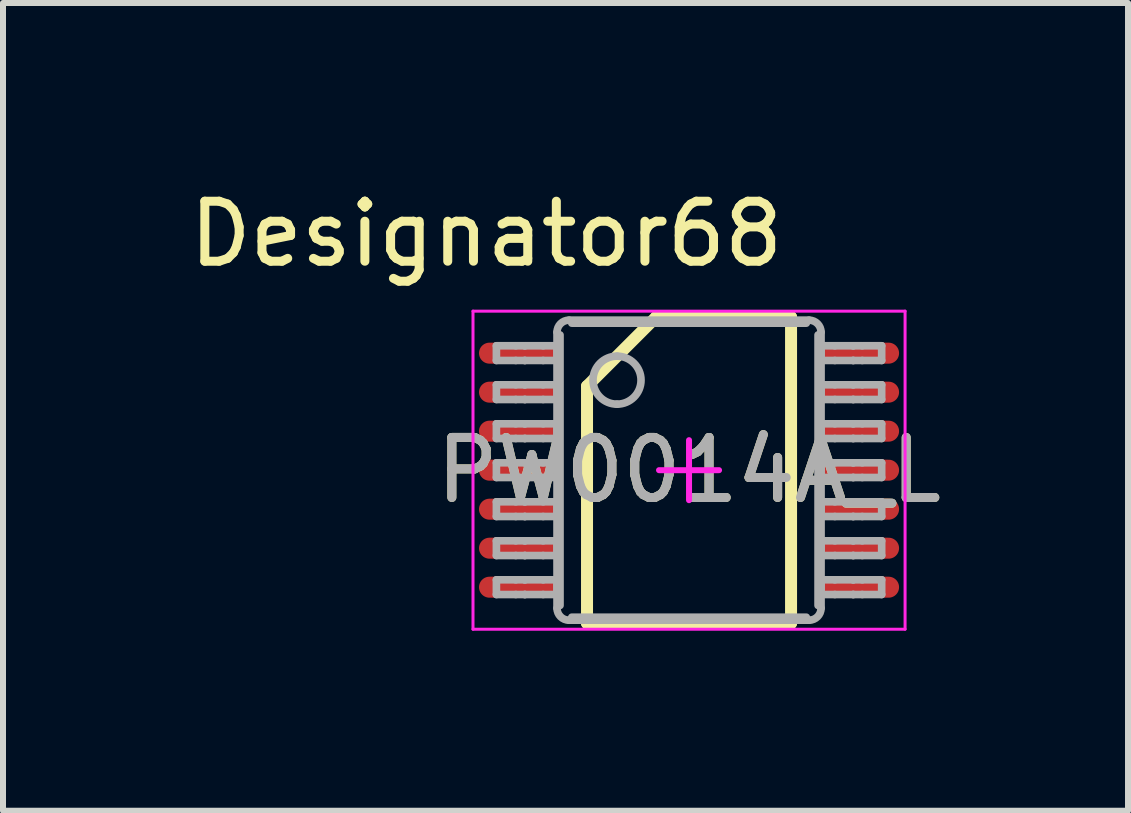
<source format=kicad_pcb>
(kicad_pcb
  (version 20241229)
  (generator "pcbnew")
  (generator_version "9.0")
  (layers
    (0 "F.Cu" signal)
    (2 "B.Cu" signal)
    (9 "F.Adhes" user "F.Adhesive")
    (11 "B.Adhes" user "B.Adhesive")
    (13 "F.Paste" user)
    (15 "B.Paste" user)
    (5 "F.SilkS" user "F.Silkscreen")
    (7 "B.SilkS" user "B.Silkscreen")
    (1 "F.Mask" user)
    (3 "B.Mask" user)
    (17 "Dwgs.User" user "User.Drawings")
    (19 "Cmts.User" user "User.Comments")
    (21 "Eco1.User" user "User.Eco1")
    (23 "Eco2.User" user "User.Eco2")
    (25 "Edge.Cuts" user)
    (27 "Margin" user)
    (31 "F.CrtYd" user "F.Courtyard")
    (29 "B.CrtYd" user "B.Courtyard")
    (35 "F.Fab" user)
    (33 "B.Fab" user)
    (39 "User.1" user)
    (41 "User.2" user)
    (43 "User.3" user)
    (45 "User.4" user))
  (footprint "PW0014A_L"
    (layer "F.Cu")
    (at 8.432 4.785)
    (property "Reference" "PW0014A_L" (at 0 0 0) (unlocked yes) (layer "F.SilkS") (effects (font (size 1 1) (thickness 0.15))))
    (attr smd)
    (fp_line (start -1.7 -1.4) (end -0.55 -2.55) (stroke (width 0.2) (type solid)) (layer "F.SilkS"))
    (fp_line (start -1.7 2.55) (end -1.7 -1.4) (stroke (width 0.2) (type solid)) (layer "F.SilkS"))
    (fp_line (start -1.7 2.55) (end 1.7 2.55) (stroke (width 0.2) (type solid)) (layer "F.SilkS"))
    (fp_line (start -0.55 -2.55) (end 1.7 -2.55) (stroke (width 0.2) (type solid)) (layer "F.SilkS"))
    (fp_line (start 1.7 2.55) (end 1.7 -2.55) (stroke (width 0.2) (type solid)) (layer "F.SilkS"))
    (fp_line (start -3.6 -2.65) (end 3.6 -2.65) (stroke (width 0.05) (type solid)) (layer "F.CrtYd"))
    (fp_line (start -3.6 2.65) (end -3.6 -2.65) (stroke (width 0.05) (type solid)) (layer "F.CrtYd"))
    (fp_line (start -3.6 2.65) (end 3.6 2.65) (stroke (width 0.05) (type solid)) (layer "F.CrtYd"))
    (fp_line (start -0.5 0) (end 0.5 0) (stroke (width 0.1) (type solid)) (layer "F.CrtYd"))
    (fp_line (start 0 0.5) (end 0 -0.5) (stroke (width 0.1) (type solid)) (layer "F.CrtYd"))
    (fp_line (start 3.6 2.65) (end 3.6 -2.65) (stroke (width 0.05) (type solid)) (layer "F.CrtYd"))
    (fp_line (start -3.21 -2.073) (end -2.887 -2.073) (stroke (width 0.127) (type solid)) (layer "F.Fab"))
    (fp_line (start -3.21 -1.828) (end -3.21 -2.073) (stroke (width 0.127) (type solid)) (layer "F.Fab"))
    (fp_line (start -3.21 -1.828) (end -2.887 -1.828) (stroke (width 0.127) (type solid)) (layer "F.Fab"))
    (fp_line (start -3.21 -1.423) (end -2.887 -1.423) (stroke (width 0.127) (type solid)) (layer "F.Fab"))
    (fp_line (start -3.21 -1.178) (end -3.21 -1.423) (stroke (width 0.127) (type solid)) (layer "F.Fab"))
    (fp_line (start -3.21 -1.178) (end -2.887 -1.178) (stroke (width 0.127) (type solid)) (layer "F.Fab"))
    (fp_line (start -3.21 -0.773) (end -2.887 -0.773) (stroke (width 0.127) (type solid)) (layer "F.Fab"))
    (fp_line (start -3.21 -0.528) (end -3.21 -0.773) (stroke (width 0.127) (type solid)) (layer "F.Fab"))
    (fp_line (start -3.21 -0.528) (end -2.887 -0.528) (stroke (width 0.127) (type solid)) (layer "F.Fab"))
    (fp_line (start -3.21 -0.123) (end -2.887 -0.123) (stroke (width 0.127) (type solid)) (layer "F.Fab"))
    (fp_line (start -3.21 0.122) (end -3.21 -0.123) (stroke (width 0.127) (type solid)) (layer "F.Fab"))
    (fp_line (start -3.21 0.122) (end -2.887 0.122) (stroke (width 0.127) (type solid)) (layer "F.Fab"))
    (fp_line (start -3.21 0.527) (end -2.887 0.527) (stroke (width 0.127) (type solid)) (layer "F.Fab"))
    (fp_line (start -3.21 0.772) (end -3.21 0.527) (stroke (width 0.127) (type solid)) (layer "F.Fab"))
    (fp_line (start -3.21 0.772) (end -2.887 0.772) (stroke (width 0.127) (type solid)) (layer "F.Fab"))
    (fp_line (start -3.21 1.177) (end -2.887 1.177) (stroke (width 0.127) (type solid)) (layer "F.Fab"))
    (fp_line (start -3.21 1.422) (end -3.21 1.177) (stroke (width 0.127) (type solid)) (layer "F.Fab"))
    (fp_line (start -3.21 1.422) (end -2.887 1.422) (stroke (width 0.127) (type solid)) (layer "F.Fab"))
    (fp_line (start -3.21 1.827) (end -2.887 1.827) (stroke (width 0.127) (type solid)) (layer "F.Fab"))
    (fp_line (start -3.21 2.072) (end -3.21 1.827) (stroke (width 0.127) (type solid)) (layer "F.Fab"))
    (fp_line (start -3.21 2.072) (end -2.887 2.072) (stroke (width 0.127) (type solid)) (layer "F.Fab"))
    (fp_line (start -2.887 -2.073) (end -2.739 -2.073) (stroke (width 0.127) (type solid)) (layer "F.Fab"))
    (fp_line (start -2.887 -1.828) (end -2.739 -1.828) (stroke (width 0.127) (type solid)) (layer "F.Fab"))
    (fp_line (start -2.887 -1.423) (end -2.739 -1.423) (stroke (width 0.127) (type solid)) (layer "F.Fab"))
    (fp_line (start -2.887 -1.178) (end -2.739 -1.178) (stroke (width 0.127) (type solid)) (layer "F.Fab"))
    (fp_line (start -2.887 -0.773) (end -2.739 -0.773) (stroke (width 0.127) (type solid)) (layer "F.Fab"))
    (fp_line (start -2.887 -0.528) (end -2.739 -0.528) (stroke (width 0.127) (type solid)) (layer "F.Fab"))
    (fp_line (start -2.887 -0.123) (end -2.739 -0.123) (stroke (width 0.127) (type solid)) (layer "F.Fab"))
    (fp_line (start -2.887 0.122) (end -2.739 0.122) (stroke (width 0.127) (type solid)) (layer "F.Fab"))
    (fp_line (start -2.887 0.527) (end -2.739 0.527) (stroke (width 0.127) (type solid)) (layer "F.Fab"))
    (fp_line (start -2.887 0.772) (end -2.739 0.772) (stroke (width 0.127) (type solid)) (layer "F.Fab"))
    (fp_line (start -2.887 1.177) (end -2.739 1.177) (stroke (width 0.127) (type solid)) (layer "F.Fab"))
    (fp_line (start -2.887 1.422) (end -2.739 1.422) (stroke (width 0.127) (type solid)) (layer "F.Fab"))
    (fp_line (start -2.887 1.827) (end -2.739 1.827) (stroke (width 0.127) (type solid)) (layer "F.Fab"))
    (fp_line (start -2.887 2.072) (end -2.739 2.072) (stroke (width 0.127) (type solid)) (layer "F.Fab"))
    (fp_line (start -2.739 -2.073) (end -2.733 -2.073) (stroke (width 0.127) (type solid)) (layer "F.Fab"))
    (fp_line (start -2.739 -1.828) (end -2.733 -1.828) (stroke (width 0.127) (type solid)) (layer "F.Fab"))
    (fp_line (start -2.739 -1.423) (end -2.733 -1.423) (stroke (width 0.127) (type solid)) (layer "F.Fab"))
    (fp_line (start -2.739 -1.178) (end -2.733 -1.178) (stroke (width 0.127) (type solid)) (layer "F.Fab"))
    (fp_line (start -2.739 -0.773) (end -2.733 -0.773) (stroke (width 0.127) (type solid)) (layer "F.Fab"))
    (fp_line (start -2.739 -0.528) (end -2.733 -0.528) (stroke (width 0.127) (type solid)) (layer "F.Fab"))
    (fp_line (start -2.739 -0.123) (end -2.733 -0.123) (stroke (width 0.127) (type solid)) (layer "F.Fab"))
    (fp_line (start -2.739 0.122) (end -2.733 0.122) (stroke (width 0.127) (type solid)) (layer "F.Fab"))
    (fp_line (start -2.739 0.527) (end -2.733 0.527) (stroke (width 0.127) (type solid)) (layer "F.Fab"))
    (fp_line (start -2.739 0.772) (end -2.733 0.772) (stroke (width 0.127) (type solid)) (layer "F.Fab"))
    (fp_line (start -2.739 1.177) (end -2.733 1.177) (stroke (width 0.127) (type solid)) (layer "F.Fab"))
    (fp_line (start -2.739 1.422) (end -2.733 1.422) (stroke (width 0.127) (type solid)) (layer "F.Fab"))
    (fp_line (start -2.739 1.827) (end -2.733 1.827) (stroke (width 0.127) (type solid)) (layer "F.Fab"))
    (fp_line (start -2.739 2.072) (end -2.733 2.072) (stroke (width 0.127) (type solid)) (layer "F.Fab"))
    (fp_line (start -2.733 -2.073) (end -2.431 -2.073) (stroke (width 0.127) (type solid)) (layer "F.Fab"))
    (fp_line (start -2.733 -1.828) (end -2.431 -1.828) (stroke (width 0.127) (type solid)) (layer "F.Fab"))
    (fp_line (start -2.733 -1.423) (end -2.431 -1.423) (stroke (width 0.127) (type solid)) (layer "F.Fab"))
    (fp_line (start -2.733 -1.178) (end -2.431 -1.178) (stroke (width 0.127) (type solid)) (layer "F.Fab"))
    (fp_line (start -2.733 -0.773) (end -2.431 -0.773) (stroke (width 0.127) (type solid)) (layer "F.Fab"))
    (fp_line (start -2.733 -0.528) (end -2.431 -0.528) (stroke (width 0.127) (type solid)) (layer "F.Fab"))
    (fp_line (start -2.733 -0.123) (end -2.431 -0.123) (stroke (width 0.127) (type solid)) (layer "F.Fab"))
    (fp_line (start -2.733 0.122) (end -2.431 0.122) (stroke (width 0.127) (type solid)) (layer "F.Fab"))
    (fp_line (start -2.733 0.527) (end -2.431 0.527) (stroke (width 0.127) (type solid)) (layer "F.Fab"))
    (fp_line (start -2.733 0.772) (end -2.431 0.772) (stroke (width 0.127) (type solid)) (layer "F.Fab"))
    (fp_line (start -2.733 1.177) (end -2.431 1.177) (stroke (width 0.127) (type solid)) (layer "F.Fab"))
    (fp_line (start -2.733 1.422) (end -2.431 1.422) (stroke (width 0.127) (type solid)) (layer "F.Fab"))
    (fp_line (start -2.733 1.827) (end -2.431 1.827) (stroke (width 0.127) (type solid)) (layer "F.Fab"))
    (fp_line (start -2.733 2.072) (end -2.431 2.072) (stroke (width 0.127) (type solid)) (layer "F.Fab"))
    (fp_line (start -2.431 -2.073) (end -2.2 -2.073) (stroke (width 0.127) (type solid)) (layer "F.Fab"))
    (fp_line (start -2.431 -1.828) (end -2.2 -1.828) (stroke (width 0.127) (type solid)) (layer "F.Fab"))
    (fp_line (start -2.431 -1.423) (end -2.2 -1.423) (stroke (width 0.127) (type solid)) (layer "F.Fab"))
    (fp_line (start -2.431 -1.178) (end -2.2 -1.178) (stroke (width 0.127) (type solid)) (layer "F.Fab"))
    (fp_line (start -2.431 -0.773) (end -2.2 -0.773) (stroke (width 0.127) (type solid)) (layer "F.Fab"))
    (fp_line (start -2.431 -0.528) (end -2.2 -0.528) (stroke (width 0.127) (type solid)) (layer "F.Fab"))
    (fp_line (start -2.431 -0.123) (end -2.2 -0.123) (stroke (width 0.127) (type solid)) (layer "F.Fab"))
    (fp_line (start -2.431 0.122) (end -2.2 0.122) (stroke (width 0.127) (type solid)) (layer "F.Fab"))
    (fp_line (start -2.431 0.527) (end -2.2 0.527) (stroke (width 0.127) (type solid)) (layer "F.Fab"))
    (fp_line (start -2.431 0.772) (end -2.2 0.772) (stroke (width 0.127) (type solid)) (layer "F.Fab"))
    (fp_line (start -2.431 1.177) (end -2.2 1.177) (stroke (width 0.127) (type solid)) (layer "F.Fab"))
    (fp_line (start -2.431 1.422) (end -2.2 1.422) (stroke (width 0.127) (type solid)) (layer "F.Fab"))
    (fp_line (start -2.431 1.827) (end -2.2 1.827) (stroke (width 0.127) (type solid)) (layer "F.Fab"))
    (fp_line (start -2.431 2.072) (end -2.2 2.072) (stroke (width 0.127) (type solid)) (layer "F.Fab"))
    (fp_line (start -2.2 -1.828) (end -2.2 -2.073) (stroke (width 0.127) (type solid)) (layer "F.Fab"))
    (fp_line (start -2.2 -1.178) (end -2.2 -1.423) (stroke (width 0.127) (type solid)) (layer "F.Fab"))
    (fp_line (start -2.2 -0.528) (end -2.2 -0.773) (stroke (width 0.127) (type solid)) (layer "F.Fab"))
    (fp_line (start -2.2 0.122) (end -2.2 -0.123) (stroke (width 0.127) (type solid)) (layer "F.Fab"))
    (fp_line (start -2.2 0.772) (end -2.2 0.527) (stroke (width 0.127) (type solid)) (layer "F.Fab"))
    (fp_line (start -2.2 1.422) (end -2.2 1.177) (stroke (width 0.127) (type solid)) (layer "F.Fab"))
    (fp_line (start -2.2 2.072) (end -2.2 1.827) (stroke (width 0.127) (type solid)) (layer "F.Fab"))
    (fp_line (start -2.2 2.3) (end -2.2 -2.3) (stroke (width 0.127) (type solid)) (layer "F.Fab"))
    (fp_line (start -2.15 2.254) (end -2.15 -2.254) (stroke (width 0.127) (type solid)) (layer "F.Fab"))
    (fp_line (start -2 -2.5) (end 2 -2.5) (stroke (width 0.127) (type solid)) (layer "F.Fab"))
    (fp_line (start -2 2.5) (end 2 2.5) (stroke (width 0.127) (type solid)) (layer "F.Fab"))
    (fp_line (start -1.954 -2.45) (end 1.954 -2.45) (stroke (width 0.127) (type solid)) (layer "F.Fab"))
    (fp_line (start -1.954 2.45) (end 1.954 2.45) (stroke (width 0.127) (type solid)) (layer "F.Fab"))
    (fp_line (start 2.15 2.254) (end 2.15 -2.254) (stroke (width 0.127) (type solid)) (layer "F.Fab"))
    (fp_line (start 2.2 -2.073) (end 2.43 -2.073) (stroke (width 0.127) (type solid)) (layer "F.Fab"))
    (fp_line (start 2.2 -1.828) (end 2.2 -2.073) (stroke (width 0.127) (type solid)) (layer "F.Fab"))
    (fp_line (start 2.2 -1.828) (end 2.43 -1.828) (stroke (width 0.127) (type solid)) (layer "F.Fab"))
    (fp_line (start 2.2 -1.423) (end 2.43 -1.423) (stroke (width 0.127) (type solid)) (layer "F.Fab"))
    (fp_line (start 2.2 -1.178) (end 2.2 -1.423) (stroke (width 0.127) (type solid)) (layer "F.Fab"))
    (fp_line (start 2.2 -1.178) (end 2.43 -1.178) (stroke (width 0.127) (type solid)) (layer "F.Fab"))
    (fp_line (start 2.2 -0.773) (end 2.43 -0.773) (stroke (width 0.127) (type solid)) (layer "F.Fab"))
    (fp_line (start 2.2 -0.528) (end 2.2 -0.773) (stroke (width 0.127) (type solid)) (layer "F.Fab"))
    (fp_line (start 2.2 -0.528) (end 2.43 -0.528) (stroke (width 0.127) (type solid)) (layer "F.Fab"))
    (fp_line (start 2.2 -0.123) (end 2.43 -0.123) (stroke (width 0.127) (type solid)) (layer "F.Fab"))
    (fp_line (start 2.2 0.122) (end 2.2 -0.123) (stroke (width 0.127) (type solid)) (layer "F.Fab"))
    (fp_line (start 2.2 0.122) (end 2.43 0.122) (stroke (width 0.127) (type solid)) (layer "F.Fab"))
    (fp_line (start 2.2 0.527) (end 2.43 0.527) (stroke (width 0.127) (type solid)) (layer "F.Fab"))
    (fp_line (start 2.2 0.772) (end 2.2 0.527) (stroke (width 0.127) (type solid)) (layer "F.Fab"))
    (fp_line (start 2.2 0.772) (end 2.43 0.772) (stroke (width 0.127) (type solid)) (layer "F.Fab"))
    (fp_line (start 2.2 1.177) (end 2.43 1.177) (stroke (width 0.127) (type solid)) (layer "F.Fab"))
    (fp_line (start 2.2 1.422) (end 2.2 1.177) (stroke (width 0.127) (type solid)) (layer "F.Fab"))
    (fp_line (start 2.2 1.422) (end 2.43 1.422) (stroke (width 0.127) (type solid)) (layer "F.Fab"))
    (fp_line (start 2.2 1.827) (end 2.43 1.827) (stroke (width 0.127) (type solid)) (layer "F.Fab"))
    (fp_line (start 2.2 2.072) (end 2.2 1.827) (stroke (width 0.127) (type solid)) (layer "F.Fab"))
    (fp_line (start 2.2 2.072) (end 2.43 2.072) (stroke (width 0.127) (type solid)) (layer "F.Fab"))
    (fp_line (start 2.2 2.3) (end 2.2 -2.3) (stroke (width 0.127) (type solid)) (layer "F.Fab"))
    (fp_line (start 2.43 -2.073) (end 2.733 -2.073) (stroke (width 0.127) (type solid)) (layer "F.Fab"))
    (fp_line (start 2.43 -1.828) (end 2.733 -1.828) (stroke (width 0.127) (type solid)) (layer "F.Fab"))
    (fp_line (start 2.43 -1.423) (end 2.733 -1.423) (stroke (width 0.127) (type solid)) (layer "F.Fab"))
    (fp_line (start 2.43 -1.178) (end 2.733 -1.178) (stroke (width 0.127) (type solid)) (layer "F.Fab"))
    (fp_line (start 2.43 -0.773) (end 2.733 -0.773) (stroke (width 0.127) (type solid)) (layer "F.Fab"))
    (fp_line (start 2.43 -0.528) (end 2.733 -0.528) (stroke (width 0.127) (type solid)) (layer "F.Fab"))
    (fp_line (start 2.43 -0.123) (end 2.733 -0.123) (stroke (width 0.127) (type solid)) (layer "F.Fab"))
    (fp_line (start 2.43 0.122) (end 2.733 0.122) (stroke (width 0.127) (type solid)) (layer "F.Fab"))
    (fp_line (start 2.43 0.527) (end 2.733 0.527) (stroke (width 0.127) (type solid)) (layer "F.Fab"))
    (fp_line (start 2.43 0.772) (end 2.733 0.772) (stroke (width 0.127) (type solid)) (layer "F.Fab"))
    (fp_line (start 2.43 1.177) (end 2.733 1.177) (stroke (width 0.127) (type solid)) (layer "F.Fab"))
    (fp_line (start 2.43 1.422) (end 2.733 1.422) (stroke (width 0.127) (type solid)) (layer "F.Fab"))
    (fp_line (start 2.43 1.827) (end 2.733 1.827) (stroke (width 0.127) (type solid)) (layer "F.Fab"))
    (fp_line (start 2.43 2.072) (end 2.733 2.072) (stroke (width 0.127) (type solid)) (layer "F.Fab"))
    (fp_line (start 2.733 -2.073) (end 2.739 -2.073) (stroke (width 0.127) (type solid)) (layer "F.Fab"))
    (fp_line (start 2.733 -1.828) (end 2.739 -1.828) (stroke (width 0.127) (type solid)) (layer "F.Fab"))
    (fp_line (start 2.733 -1.423) (end 2.739 -1.423) (stroke (width 0.127) (type solid)) (layer "F.Fab"))
    (fp_line (start 2.733 -1.178) (end 2.739 -1.178) (stroke (width 0.127) (type solid)) (layer "F.Fab"))
    (fp_line (start 2.733 -0.773) (end 2.739 -0.773) (stroke (width 0.127) (type solid)) (layer "F.Fab"))
    (fp_line (start 2.733 -0.528) (end 2.739 -0.528) (stroke (width 0.127) (type solid)) (layer "F.Fab"))
    (fp_line (start 2.733 -0.123) (end 2.739 -0.123) (stroke (width 0.127) (type solid)) (layer "F.Fab"))
    (fp_line (start 2.733 0.122) (end 2.739 0.122) (stroke (width 0.127) (type solid)) (layer "F.Fab"))
    (fp_line (start 2.733 0.527) (end 2.739 0.527) (stroke (width 0.127) (type solid)) (layer "F.Fab"))
    (fp_line (start 2.733 0.772) (end 2.739 0.772) (stroke (width 0.127) (type solid)) (layer "F.Fab"))
    (fp_line (start 2.733 1.177) (end 2.739 1.177) (stroke (width 0.127) (type solid)) (layer "F.Fab"))
    (fp_line (start 2.733 1.422) (end 2.739 1.422) (stroke (width 0.127) (type solid)) (layer "F.Fab"))
    (fp_line (start 2.733 1.827) (end 2.739 1.827) (stroke (width 0.127) (type solid)) (layer "F.Fab"))
    (fp_line (start 2.733 2.072) (end 2.739 2.072) (stroke (width 0.127) (type solid)) (layer "F.Fab"))
    (fp_line (start 2.739 -2.073) (end 2.887 -2.073) (stroke (width 0.127) (type solid)) (layer "F.Fab"))
    (fp_line (start 2.739 -1.828) (end 2.887 -1.828) (stroke (width 0.127) (type solid)) (layer "F.Fab"))
    (fp_line (start 2.739 -1.423) (end 2.887 -1.423) (stroke (width 0.127) (type solid)) (layer "F.Fab"))
    (fp_line (start 2.739 -1.178) (end 2.887 -1.178) (stroke (width 0.127) (type solid)) (layer "F.Fab"))
    (fp_line (start 2.739 -0.773) (end 2.887 -0.773) (stroke (width 0.127) (type solid)) (layer "F.Fab"))
    (fp_line (start 2.739 -0.528) (end 2.887 -0.528) (stroke (width 0.127) (type solid)) (layer "F.Fab"))
    (fp_line (start 2.739 -0.123) (end 2.887 -0.123) (stroke (width 0.127) (type solid)) (layer "F.Fab"))
    (fp_line (start 2.739 0.122) (end 2.887 0.122) (stroke (width 0.127) (type solid)) (layer "F.Fab"))
    (fp_line (start 2.739 0.527) (end 2.887 0.527) (stroke (width 0.127) (type solid)) (layer "F.Fab"))
    (fp_line (start 2.739 0.772) (end 2.887 0.772) (stroke (width 0.127) (type solid)) (layer "F.Fab"))
    (fp_line (start 2.739 1.177) (end 2.887 1.177) (stroke (width 0.127) (type solid)) (layer "F.Fab"))
    (fp_line (start 2.739 1.422) (end 2.887 1.422) (stroke (width 0.127) (type solid)) (layer "F.Fab"))
    (fp_line (start 2.739 1.827) (end 2.887 1.827) (stroke (width 0.127) (type solid)) (layer "F.Fab"))
    (fp_line (start 2.739 2.072) (end 2.887 2.072) (stroke (width 0.127) (type solid)) (layer "F.Fab"))
    (fp_line (start 2.887 -2.073) (end 3.21 -2.073) (stroke (width 0.127) (type solid)) (layer "F.Fab"))
    (fp_line (start 2.887 -1.828) (end 3.21 -1.828) (stroke (width 0.127) (type solid)) (layer "F.Fab"))
    (fp_line (start 2.887 -1.423) (end 3.21 -1.423) (stroke (width 0.127) (type solid)) (layer "F.Fab"))
    (fp_line (start 2.887 -1.178) (end 3.21 -1.178) (stroke (width 0.127) (type solid)) (layer "F.Fab"))
    (fp_line (start 2.887 -0.773) (end 3.21 -0.773) (stroke (width 0.127) (type solid)) (layer "F.Fab"))
    (fp_line (start 2.887 -0.528) (end 3.21 -0.528) (stroke (width 0.127) (type solid)) (layer "F.Fab"))
    (fp_line (start 2.887 -0.123) (end 3.21 -0.123) (stroke (width 0.127) (type solid)) (layer "F.Fab"))
    (fp_line (start 2.887 0.122) (end 3.21 0.122) (stroke (width 0.127) (type solid)) (layer "F.Fab"))
    (fp_line (start 2.887 0.527) (end 3.21 0.527) (stroke (width 0.127) (type solid)) (layer "F.Fab"))
    (fp_line (start 2.887 0.772) (end 3.21 0.772) (stroke (width 0.127) (type solid)) (layer "F.Fab"))
    (fp_line (start 2.887 1.177) (end 3.21 1.177) (stroke (width 0.127) (type solid)) (layer "F.Fab"))
    (fp_line (start 2.887 1.422) (end 3.21 1.422) (stroke (width 0.127) (type solid)) (layer "F.Fab"))
    (fp_line (start 2.887 1.827) (end 3.21 1.827) (stroke (width 0.127) (type solid)) (layer "F.Fab"))
    (fp_line (start 2.887 2.072) (end 3.21 2.072) (stroke (width 0.127) (type solid)) (layer "F.Fab"))
    (fp_line (start 3.21 -1.828) (end 3.21 -2.073) (stroke (width 0.127) (type solid)) (layer "F.Fab"))
    (fp_line (start 3.21 -1.178) (end 3.21 -1.423) (stroke (width 0.127) (type solid)) (layer "F.Fab"))
    (fp_line (start 3.21 -0.528) (end 3.21 -0.773) (stroke (width 0.127) (type solid)) (layer "F.Fab"))
    (fp_line (start 3.21 0.122) (end 3.21 -0.123) (stroke (width 0.127) (type solid)) (layer "F.Fab"))
    (fp_line (start 3.21 0.772) (end 3.21 0.527) (stroke (width 0.127) (type solid)) (layer "F.Fab"))
    (fp_line (start 3.21 1.422) (end 3.21 1.177) (stroke (width 0.127) (type solid)) (layer "F.Fab"))
    (fp_line (start 3.21 2.072) (end 3.21 1.827) (stroke (width 0.127) (type solid)) (layer "F.Fab"))
    (fp_arc (start -2.200001 -2.3) (mid -2.141422 -2.441421) (end -2.000001 -2.5) (stroke (width 0.127) (type solid)) (layer "F.Fab"))
    (fp_arc (start -2.000001 2.49999) (mid -2.141422 2.441412) (end -2.200001 2.29999) (stroke (width 0.127) (type solid)) (layer "F.Fab"))
    (fp_arc (start -1.200003 -1.900001) (mid -0.800003 -1.500002) (end -1.200003 -1.100003) (stroke (width 0.127) (type solid)) (layer "F.Fab"))
    (fp_arc (start -1.200003 -1.100003) (mid -1.600002 -1.500002) (end -1.200003 -1.900001) (stroke (width 0.127) (type solid)) (layer "F.Fab"))
    (fp_arc (start 1.999991 -2.5) (mid 2.141412 -2.441422) (end 2.199991 -2.3) (stroke (width 0.127) (type solid)) (layer "F.Fab"))
    (fp_arc (start 2.199991 2.29999) (mid 2.141412 2.441411) (end 1.999991 2.49999) (stroke (width 0.127) (type solid)) (layer "F.Fab"))
    (fp_text user "Designator68" (at -3.378 -3.937 0) (unlocked yes) (layer "F.SilkS") (effects (font (size 1 1) (thickness 0.15))))
    (fp_text user "${REFERENCE}" (at 0 0 0) (unlocked yes) (layer "F.Fab") (effects (font (size 1 1) (thickness 0.15))))
    (pad "1" smd oval (at -2.8 -1.95 90) (size 0.35 1.4) (layers "F.Cu" "F.Mask" "F.Paste"))
    (pad "2" smd oval (at -2.8 -1.3 90) (size 0.35 1.4) (layers "F.Cu" "F.Mask" "F.Paste"))
    (pad "3" smd oval (at -2.8 -0.65 90) (size 0.35 1.4) (layers "F.Cu" "F.Mask" "F.Paste"))
    (pad "4" smd oval (at -2.8 0 90) (size 0.35 1.4) (layers "F.Cu" "F.Mask" "F.Paste"))
    (pad "5" smd oval (at -2.8 0.65 90) (size 0.35 1.4) (layers "F.Cu" "F.Mask" "F.Paste"))
    (pad "6" smd oval (at -2.8 1.3 90) (size 0.35 1.4) (layers "F.Cu" "F.Mask" "F.Paste"))
    (pad "7" smd oval (at -2.8 1.95 90) (size 0.35 1.4) (layers "F.Cu" "F.Mask" "F.Paste"))
    (pad "8" smd oval (at 2.8 1.95 90) (size 0.35 1.4) (layers "F.Cu" "F.Mask" "F.Paste"))
    (pad "9" smd oval (at 2.8 1.3 90) (size 0.35 1.4) (layers "F.Cu" "F.Mask" "F.Paste"))
    (pad "10" smd oval (at 2.8 0.65 90) (size 0.35 1.4) (layers "F.Cu" "F.Mask" "F.Paste"))
    (pad "11" smd oval (at 2.8 0 90) (size 0.35 1.4) (layers "F.Cu" "F.Mask" "F.Paste"))
    (pad "12" smd oval (at 2.8 -0.65 90) (size 0.35 1.4) (layers "F.Cu" "F.Mask" "F.Paste"))
    (pad "13" smd oval (at 2.8 -1.3 90) (size 0.35 1.4) (layers "F.Cu" "F.Mask" "F.Paste"))
    (pad "14" smd oval (at 2.8 -1.95 90) (size 0.35 1.4) (layers "F.Cu" "F.Mask" "F.Paste")))
  (gr_rect
    (start -3 -3)
    (end 15.747 10.46)
    (stroke (width 0.1) (type default))
    (fill no)
    (layer "Edge.Cuts")))
</source>
